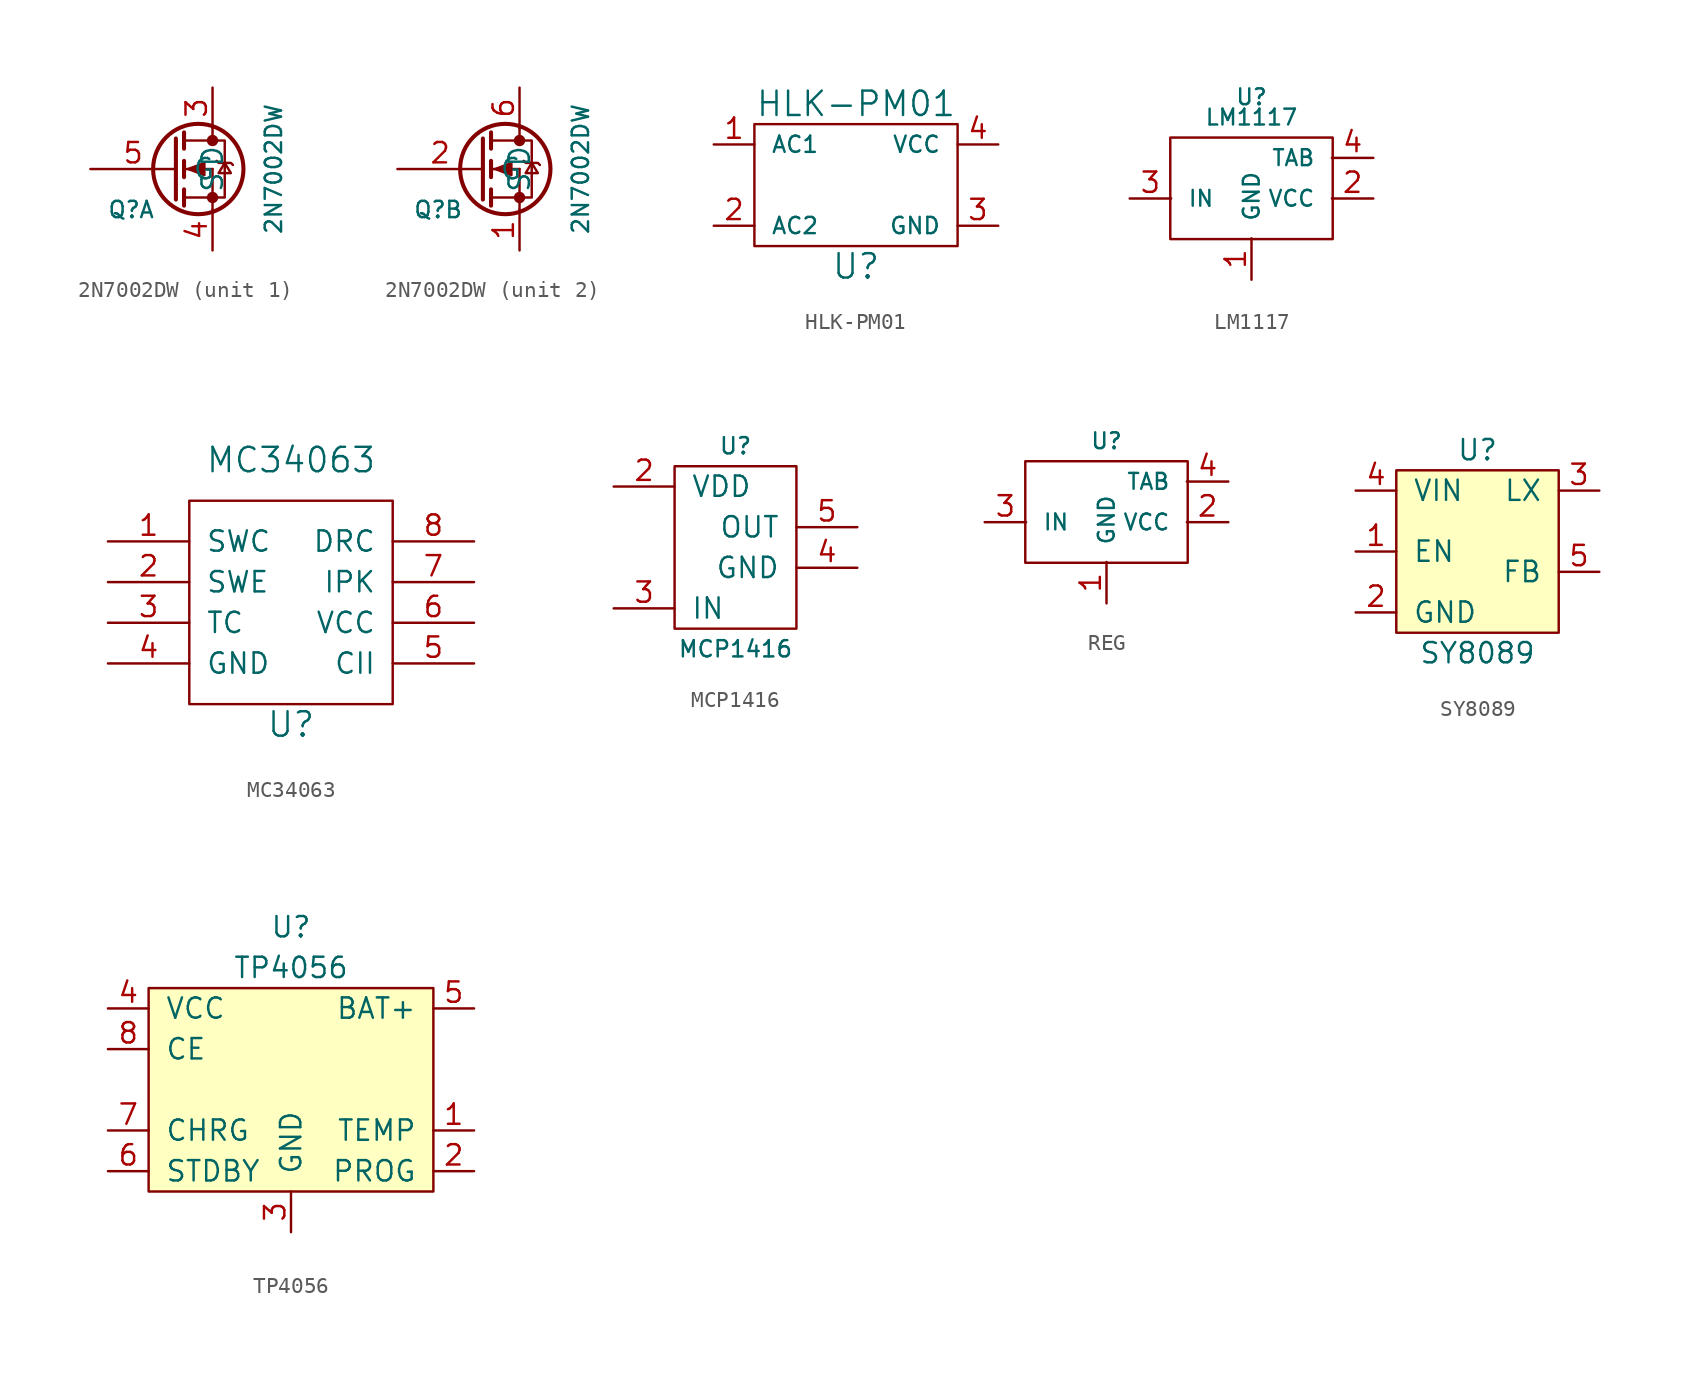
<source format=kicad_sym>
(kicad_symbol_lib
  (version 20211014)
  (generator kicad_symbol_editor)
  (symbol "2N7002DW"
    (pin_names
      (offset 1.016))
    (property "Reference" "Q"
      (at -3.81 -2.54 0)
      (effects (font (size 1.016 1.016))))
    (property "Value" "2N7002DW"
      (at 5.08 0 90)
      (effects (font (size 1.016 1.016))))
    (symbol "2N7002DW_1_1"
      (polyline (pts (xy -0.508 -1.778) (xy 1.27 -1.778)) (stroke (width 0) (type default) (color 0 0 0 0)) (fill (type none)))
      (polyline (pts (xy -0.508 -1.27) (xy -0.508 -2.286)) (stroke (width 0.254) (type default) (color 0 0 0 0)) (fill (type none)))
      (polyline (pts (xy -0.508 0) (xy 1.27 0)) (stroke (width 0) (type default) (color 0 0 0 0)) (fill (type none)))
      (polyline (pts (xy -0.508 0.508) (xy -0.508 -0.508)) (stroke (width 0.254) (type default) (color 0 0 0 0)) (fill (type none)))
      (polyline (pts (xy -0.508 1.778) (xy 1.27 1.778)) (stroke (width 0) (type default) (color 0 0 0 0)) (fill (type none)))
      (polyline (pts (xy -0.508 2.286) (xy -0.508 1.27)) (stroke (width 0.254) (type default) (color 0 0 0 0)) (fill (type none)))
      (polyline (pts (xy 1.27 -1.778) (xy 1.27 -2.54)) (stroke (width 0) (type default) (color 0 0 0 0)) (fill (type none)))
      (polyline (pts (xy 1.27 -1.778) (xy 1.27 0)) (stroke (width 0) (type default) (color 0 0 0 0)) (fill (type none)))
      (polyline (pts (xy 1.27 2.54) (xy 1.27 1.778)) (stroke (width 0) (type default) (color 0 0 0 0)) (fill (type none)))
      (polyline (pts (xy -1.016 1.905) (xy -1.016 -1.905) (xy -1.016 -1.905)) (stroke (width 0.254) (type default) (color 0 0 0 0)) (fill (type none)))
      (polyline (pts (xy -0.254 0) (xy 0.762 0.381) (xy 0.762 -0.381) (xy -0.254 0)) (stroke (width 0) (type default) (color 0 0 0 0)) (fill (type outline)))
      (polyline (pts (xy 1.27 -1.778) (xy 2.032 -1.778) (xy 2.032 1.778) (xy 1.27 1.778)) (stroke (width 0) (type default) (color 0 0 0 0)) (fill (type none)))
      (polyline (pts (xy 1.524 0.508) (xy 1.651 0.381) (xy 2.413 0.381) (xy 2.54 0.254)) (stroke (width 0) (type default) (color 0 0 0 0)) (fill (type none)))
      (polyline (pts (xy 2.032 0.381) (xy 1.651 -0.254) (xy 2.413 -0.254) (xy 2.032 0.381)) (stroke (width 0) (type default) (color 0 0 0 0)) (fill (type none)))
      (circle (center 0.381 0) (radius 2.819) (stroke (width 0.254) (type default) (color 0 0 0 0)) (fill (type none)))
      (circle (center 1.27 -1.778) (radius 0.279) (stroke (width 0) (type default) (color 0 0 0 0)) (fill (type outline)))
      (circle (center 1.27 1.778) (radius 0.279) (stroke (width 0) (type default) (color 0 0 0 0)) (fill (type outline)))
      (pin passive line (at 1.27 5.08 270) (length 2.54) (name "D" (effects (font (size 1.27 1.27)))) (number "3" (effects (font (size 1.27 1.27)))))
      (pin passive line (at 1.27 -5.08 90) (length 2.54) (name "S" (effects (font (size 1.27 1.27)))) (number "4" (effects (font (size 1.27 1.27)))))
      (pin input line (at -6.35 0 0) (length 5.334) (name "G" (effects (font (size 1.27 1.27)))) (number "5" (effects (font (size 1.27 1.27))))))
    (symbol "2N7002DW_2_1"
      (polyline (pts (xy -0.508 -1.778) (xy 1.27 -1.778)) (stroke (width 0) (type default) (color 0 0 0 0)) (fill (type none)))
      (polyline (pts (xy -0.508 -1.27) (xy -0.508 -2.286)) (stroke (width 0.254) (type default) (color 0 0 0 0)) (fill (type none)))
      (polyline (pts (xy -0.508 0) (xy 1.27 0)) (stroke (width 0) (type default) (color 0 0 0 0)) (fill (type none)))
      (polyline (pts (xy -0.508 0.508) (xy -0.508 -0.508)) (stroke (width 0.254) (type default) (color 0 0 0 0)) (fill (type none)))
      (polyline (pts (xy -0.508 1.778) (xy 1.27 1.778)) (stroke (width 0) (type default) (color 0 0 0 0)) (fill (type none)))
      (polyline (pts (xy -0.508 2.286) (xy -0.508 1.27)) (stroke (width 0.254) (type default) (color 0 0 0 0)) (fill (type none)))
      (polyline (pts (xy 1.27 -1.778) (xy 1.27 -2.54)) (stroke (width 0) (type default) (color 0 0 0 0)) (fill (type none)))
      (polyline (pts (xy 1.27 -1.778) (xy 1.27 0)) (stroke (width 0) (type default) (color 0 0 0 0)) (fill (type none)))
      (polyline (pts (xy 1.27 2.54) (xy 1.27 1.778)) (stroke (width 0) (type default) (color 0 0 0 0)) (fill (type none)))
      (polyline (pts (xy -1.016 1.905) (xy -1.016 -1.905) (xy -1.016 -1.905)) (stroke (width 0.254) (type default) (color 0 0 0 0)) (fill (type none)))
      (polyline (pts (xy -0.254 0) (xy 0.762 0.381) (xy 0.762 -0.381) (xy -0.254 0)) (stroke (width 0) (type default) (color 0 0 0 0)) (fill (type outline)))
      (polyline (pts (xy 1.27 -1.778) (xy 2.032 -1.778) (xy 2.032 1.778) (xy 1.27 1.778)) (stroke (width 0) (type default) (color 0 0 0 0)) (fill (type none)))
      (polyline (pts (xy 1.524 0.508) (xy 1.651 0.381) (xy 2.413 0.381) (xy 2.54 0.254)) (stroke (width 0) (type default) (color 0 0 0 0)) (fill (type none)))
      (polyline (pts (xy 2.032 0.381) (xy 1.651 -0.254) (xy 2.413 -0.254) (xy 2.032 0.381)) (stroke (width 0) (type default) (color 0 0 0 0)) (fill (type none)))
      (circle (center 0.381 0) (radius 2.819) (stroke (width 0.254) (type default) (color 0 0 0 0)) (fill (type none)))
      (circle (center 1.27 -1.778) (radius 0.279) (stroke (width 0) (type default) (color 0 0 0 0)) (fill (type outline)))
      (circle (center 1.27 1.778) (radius 0.279) (stroke (width 0) (type default) (color 0 0 0 0)) (fill (type outline)))
      (pin passive line (at 1.27 -5.08 90) (length 2.54) (name "S" (effects (font (size 1.27 1.27)))) (number "1" (effects (font (size 1.27 1.27)))))
      (pin input line (at -6.35 0 0) (length 5.334) (name "G" (effects (font (size 1.27 1.27)))) (number "2" (effects (font (size 1.27 1.27)))))
      (pin passive line (at 1.27 5.08 270) (length 2.54) (name "D" (effects (font (size 1.27 1.27)))) (number "6" (effects (font (size 1.27 1.27)))))))
  (symbol "HLK-PM01"
    (power)
    (pin_names
      (offset 1.016))
    (property "Reference" "U"
      (at 0 -5.08 0)
      (effects (font (size 1.524 1.524))))
    (property "Value" "HLK-PM01"
      (at 0 5.08 0)
      (effects (font (size 1.524 1.524))))
    (symbol "HLK-PM01_0_1"
      (rectangle (start -6.35 3.81) (end 6.35 -3.81) (stroke (width 0) (type default) (color 0 0 0 0)) (fill (type none))))
    (symbol "HLK-PM01_1_1"
      (pin power_in line (at -8.89 2.54 0) (length 2.54) (name "AC1" (effects (font (size 1.016 1.016)))) (number "1" (effects (font (size 1.27 1.27)))))
      (pin power_in line (at -8.89 -2.54 0) (length 2.54) (name "AC2" (effects (font (size 1.016 1.016)))) (number "2" (effects (font (size 1.27 1.27)))))
      (pin power_out line (at 8.89 -2.54 180) (length 2.54) (name "GND" (effects (font (size 1.016 1.016)))) (number "3" (effects (font (size 1.27 1.27)))))
      (pin power_out line (at 8.89 2.54 180) (length 2.54) (name "VCC" (effects (font (size 1.016 1.016)))) (number "4" (effects (font (size 1.27 1.27)))))))
  (symbol "LM1117"
    (power)
    (pin_names
      (offset 1.016))
    (property "Reference" "U"
      (at 0 6.35 0)
      (effects (font (size 0.991 0.991))))
    (property "Value" "LM1117"
      (at 0 5.08 0)
      (effects (font (size 0.991 0.991))))
    (property "Footprint" ""
      (at 0 0 0)
      (effects (font (size 0.991 0.991))))
    (property "Datasheet" ""
      (at 0 0 0)
      (effects (font (size 0.991 0.991))))
    (symbol "LM1117_0_1"
      (rectangle (start -5.08 3.81) (end 5.08 -2.54) (stroke (width 0) (type default) (color 0 0 0 0)) (fill (type none))))
    (symbol "LM1117_1_1"
      (pin power_in line (at 0 -5.08 90) (length 2.591) (name "GND" (effects (font (size 0.991 0.991)))) (number "1" (effects (font (size 1.27 1.27)))))
      (pin power_out line (at 7.62 0 180) (length 2.591) (name "VCC" (effects (font (size 0.991 0.991)))) (number "2" (effects (font (size 1.27 1.27)))))
      (pin power_in line (at -7.62 0 0) (length 2.591) (name "IN" (effects (font (size 0.991 0.991)))) (number "3" (effects (font (size 1.27 1.27)))))
      (pin passive line (at 7.62 2.54 180) (length 2.591) (name "TAB" (effects (font (size 0.991 0.991)))) (number "4" (effects (font (size 1.27 1.27)))))))
  (symbol "MC34063"
    (pin_names
      (offset 1.016))
    (property "Reference" "U"
      (at 0 -7.62 0)
      (effects (font (size 1.524 1.524))))
    (property "Value" "MC34063"
      (at 0 8.89 0)
      (effects (font (size 1.524 1.524))))
    (symbol "MC34063_0_1"
      (rectangle (start -6.35 6.35) (end 6.35 -6.35) (stroke (width 0) (type default) (color 0 0 0 0)) (fill (type none))))
    (symbol "MC34063_1_1"
      (pin bidirectional line (at -11.43 3.81 0) (length 5.08) (name "SWC" (effects (font (size 1.27 1.27)))) (number "1" (effects (font (size 1.27 1.27)))))
      (pin bidirectional line (at -11.43 1.27 0) (length 5.08) (name "SWE" (effects (font (size 1.27 1.27)))) (number "2" (effects (font (size 1.27 1.27)))))
      (pin input line (at -11.43 -1.27 0) (length 5.08) (name "TC" (effects (font (size 1.27 1.27)))) (number "3" (effects (font (size 1.27 1.27)))))
      (pin power_out line (at -11.43 -3.81 0) (length 5.08) (name "GND" (effects (font (size 1.27 1.27)))) (number "4" (effects (font (size 1.27 1.27)))))
      (pin bidirectional line (at 11.43 -3.81 180) (length 5.08) (name "CII" (effects (font (size 1.27 1.27)))) (number "5" (effects (font (size 1.27 1.27)))))
      (pin power_in line (at 11.43 -1.27 180) (length 5.08) (name "VCC" (effects (font (size 1.27 1.27)))) (number "6" (effects (font (size 1.27 1.27)))))
      (pin input line (at 11.43 1.27 180) (length 5.08) (name "IPK" (effects (font (size 1.27 1.27)))) (number "7" (effects (font (size 1.27 1.27)))))
      (pin input line (at 11.43 3.81 180) (length 5.08) (name "DRC" (effects (font (size 1.27 1.27)))) (number "8" (effects (font (size 1.27 1.27)))))))
  (symbol "MCP1416"
    (pin_names
      (offset 1.016))
    (property "Reference" "U"
      (at 0 6.35 0)
      (effects (font (size 1.016 1.016))))
    (property "Value" "MCP1416"
      (at 0 -6.35 0)
      (effects (font (size 1.016 1.016))))
    (symbol "MCP1416_0_1"
      (rectangle (start -3.81 5.08) (end 3.81 -5.08) (stroke (width 0) (type default) (color 0 0 0 0)) (fill (type none))))
    (symbol "MCP1416_1_1"
      (pin power_in line (at -7.62 3.81 0) (length 3.81) (name "VDD" (effects (font (size 1.27 1.27)))) (number "2" (effects (font (size 1.27 1.27)))))
      (pin input line (at -7.62 -3.81 0) (length 3.81) (name "IN" (effects (font (size 1.27 1.27)))) (number "3" (effects (font (size 1.27 1.27)))))
      (pin power_out line (at 7.62 -1.27 180) (length 3.81) (name "GND" (effects (font (size 1.27 1.27)))) (number "4" (effects (font (size 1.27 1.27)))))
      (pin output line (at 7.62 1.27 180) (length 3.81) (name "OUT" (effects (font (size 1.27 1.27)))) (number "5" (effects (font (size 1.27 1.27)))))))
  (symbol "REG"
    (power)
    (pin_names
      (offset 1.016))
    (property "Reference" "U"
      (at 0 5.08 0)
      (effects (font (size 0.991 0.991))))
    (property "Footprint" ""
      (at 0 0 0)
      (effects (font (size 0.991 0.991))))
    (property "Datasheet" ""
      (at 0 0 0)
      (effects (font (size 0.991 0.991))))
    (symbol "REG_0_1"
      (rectangle (start -5.08 3.81) (end 5.08 -2.54) (stroke (width 0) (type default) (color 0 0 0 0)) (fill (type none))))
    (symbol "REG_1_1"
      (pin power_in line (at 0 -5.08 90) (length 2.591) (name "GND" (effects (font (size 0.991 0.991)))) (number "1" (effects (font (size 1.27 1.27)))))
      (pin power_out line (at 7.62 0 180) (length 2.591) (name "VCC" (effects (font (size 0.991 0.991)))) (number "2" (effects (font (size 1.27 1.27)))))
      (pin power_in line (at -7.62 0 0) (length 2.591) (name "IN" (effects (font (size 0.991 0.991)))) (number "3" (effects (font (size 1.27 1.27)))))
      (pin passive line (at 7.62 2.54 180) (length 2.591) (name "TAB" (effects (font (size 0.991 0.991)))) (number "4" (effects (font (size 1.27 1.27)))))))
  (symbol "SY8089"
    (pin_names
      (offset 1.016))
    (property "Reference" "U"
      (at 0 3.81 0)
      (effects (font (size 1.27 1.27))))
    (property "Value" "SY8089"
      (at 0 -8.89 0)
      (effects (font (size 1.27 1.27))))
    (symbol "SY8089_0_1"
      (rectangle (start -5.08 2.54) (end 5.08 -7.62) (stroke (width 0) (type default) (color 0 0 0 0)) (fill (type background))))
    (symbol "SY8089_1_1"
      (pin input line (at -7.62 -2.54 0) (length 2.54) (name "EN" (effects (font (size 1.27 1.27)))) (number "1" (effects (font (size 1.27 1.27)))))
      (pin power_in line (at -7.62 -6.35 0) (length 2.54) (name "GND" (effects (font (size 1.27 1.27)))) (number "2" (effects (font (size 1.27 1.27)))))
      (pin power_out line (at 7.62 1.27 180) (length 2.54) (name "LX" (effects (font (size 1.27 1.27)))) (number "3" (effects (font (size 1.27 1.27)))))
      (pin power_in line (at -7.62 1.27 0) (length 2.54) (name "VIN" (effects (font (size 1.27 1.27)))) (number "4" (effects (font (size 1.27 1.27)))))
      (pin input line (at 7.62 -3.81 180) (length 2.54) (name "FB" (effects (font (size 1.27 1.27)))) (number "5" (effects (font (size 1.27 1.27)))))))
  (symbol "TP4056"
    (pin_names
      (offset 1.016))
    (property "Reference" "U"
      (at 0 8.89 0)
      (effects (font (size 1.27 1.27))))
    (property "Value" "TP4056"
      (at 0 6.35 0)
      (effects (font (size 1.27 1.27))))
    (symbol "TP4056_0_1"
      (rectangle (start -8.89 5.08) (end 8.89 -7.62) (stroke (width 0) (type default) (color 0 0 0 0)) (fill (type background))))
    (symbol "TP4056_1_1"
      (pin passive line (at 11.43 -3.81 180) (length 2.54) (name "TEMP" (effects (font (size 1.27 1.27)))) (number "1" (effects (font (size 1.27 1.27)))))
      (pin passive line (at 11.43 -6.35 180) (length 2.54) (name "PROG" (effects (font (size 1.27 1.27)))) (number "2" (effects (font (size 1.27 1.27)))))
      (pin power_in line (at 0 -10.16 90) (length 2.54) (name "GND" (effects (font (size 1.27 1.27)))) (number "3" (effects (font (size 1.27 1.27)))))
      (pin power_in line (at -11.43 3.81 0) (length 2.54) (name "VCC" (effects (font (size 1.27 1.27)))) (number "4" (effects (font (size 1.27 1.27)))))
      (pin output line (at 11.43 3.81 180) (length 2.54) (name "BAT+" (effects (font (size 1.27 1.27)))) (number "5" (effects (font (size 1.27 1.27)))))
      (pin output line (at -11.43 -6.35 0) (length 2.54) (name "STDBY" (effects (font (size 1.27 1.27)))) (number "6" (effects (font (size 1.27 1.27)))))
      (pin output line (at -11.43 -3.81 0) (length 2.54) (name "CHRG" (effects (font (size 1.27 1.27)))) (number "7" (effects (font (size 1.27 1.27)))))
      (pin input line (at -11.43 1.27 0) (length 2.54) (name "CE" (effects (font (size 1.27 1.27)))) (number "8" (effects (font (size 1.27 1.27))))))))
</source>
